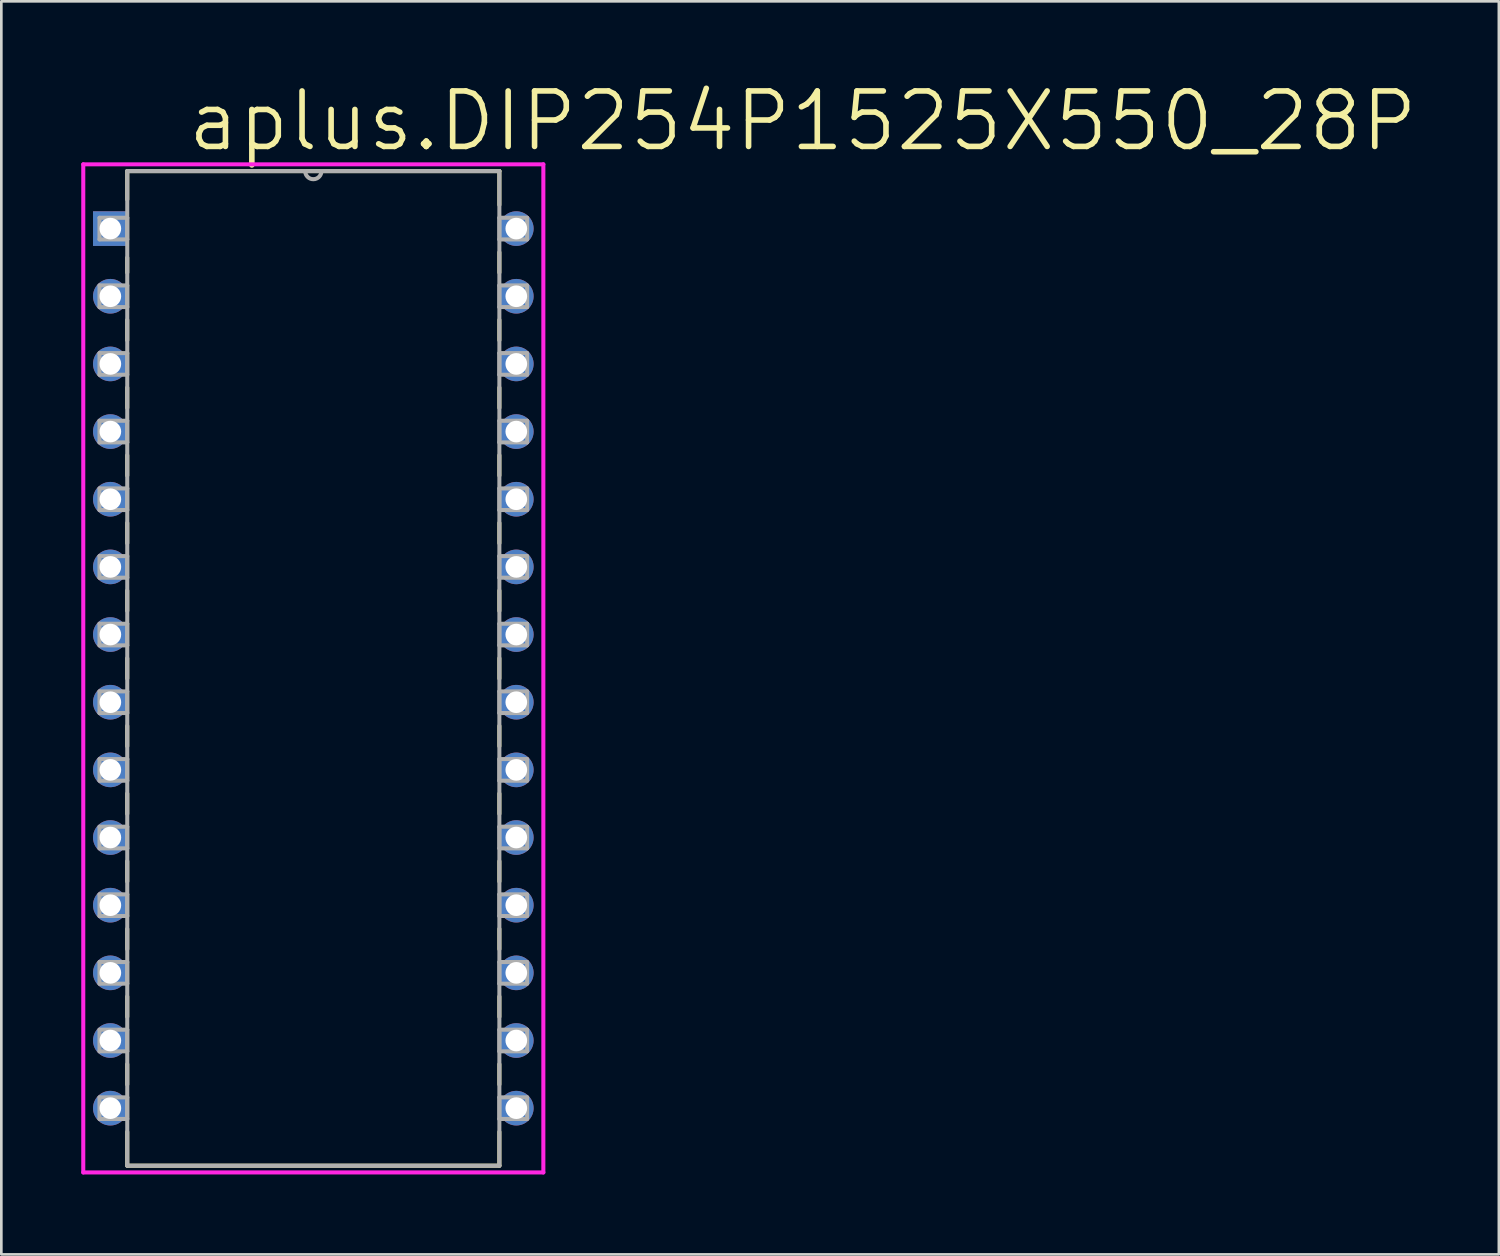
<source format=kicad_pcb>
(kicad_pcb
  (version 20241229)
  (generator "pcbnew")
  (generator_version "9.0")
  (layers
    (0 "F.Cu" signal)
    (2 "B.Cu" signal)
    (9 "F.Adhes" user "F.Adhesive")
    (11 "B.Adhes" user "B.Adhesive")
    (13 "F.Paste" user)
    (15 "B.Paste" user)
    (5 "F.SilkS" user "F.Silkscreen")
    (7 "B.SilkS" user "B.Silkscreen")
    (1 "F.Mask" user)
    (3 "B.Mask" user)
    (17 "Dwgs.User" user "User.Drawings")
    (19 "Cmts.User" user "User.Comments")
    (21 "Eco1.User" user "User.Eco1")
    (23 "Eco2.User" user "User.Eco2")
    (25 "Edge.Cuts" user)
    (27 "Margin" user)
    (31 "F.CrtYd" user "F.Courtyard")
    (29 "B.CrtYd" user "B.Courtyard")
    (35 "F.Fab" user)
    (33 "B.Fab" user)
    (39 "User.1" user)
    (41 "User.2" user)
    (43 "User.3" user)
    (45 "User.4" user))
  (footprint "aplus.DIP254P1525X550_28P"
    (layer "F.Cu")
    (at 8.712 22.042)
    (property "Reference" "aplus.DIP254P1525X550_28P" (at -4.826 -19.329 0) (layer "F.SilkS") (effects (font (size 2.083 2.083) (thickness 0.21)) (justify left bottom)))
    (attr through_hole)
    (fp_line (start -6.985 -18.669) (end -6.985 -17.602) (stroke (width 0.152) (type default)) (layer "F.SilkS"))
    (fp_line (start -6.985 -15.418) (end -6.985 -14.859) (stroke (width 0.152) (type default)) (layer "F.SilkS"))
    (fp_line (start -6.985 -13.081) (end -6.985 -12.319) (stroke (width 0.152) (type default)) (layer "F.SilkS"))
    (fp_line (start -6.985 -10.541) (end -6.985 -9.779) (stroke (width 0.152) (type default)) (layer "F.SilkS"))
    (fp_line (start -6.985 -8.001) (end -6.985 -7.239) (stroke (width 0.152) (type default)) (layer "F.SilkS"))
    (fp_line (start -6.985 -5.461) (end -6.985 -4.699) (stroke (width 0.152) (type default)) (layer "F.SilkS"))
    (fp_line (start -6.985 -2.921) (end -6.985 -2.159) (stroke (width 0.152) (type default)) (layer "F.SilkS"))
    (fp_line (start -6.985 -0.381) (end -6.985 0.381) (stroke (width 0.152) (type default)) (layer "F.SilkS"))
    (fp_line (start -6.985 2.159) (end -6.985 2.921) (stroke (width 0.152) (type default)) (layer "F.SilkS"))
    (fp_line (start -6.985 4.699) (end -6.985 5.461) (stroke (width 0.152) (type default)) (layer "F.SilkS"))
    (fp_line (start -6.985 7.239) (end -6.985 8.001) (stroke (width 0.152) (type default)) (layer "F.SilkS"))
    (fp_line (start -6.985 9.779) (end -6.985 10.541) (stroke (width 0.152) (type default)) (layer "F.SilkS"))
    (fp_line (start -6.985 12.319) (end -6.985 13.081) (stroke (width 0.152) (type default)) (layer "F.SilkS"))
    (fp_line (start -6.985 14.859) (end -6.985 15.621) (stroke (width 0.152) (type default)) (layer "F.SilkS"))
    (fp_line (start -6.985 17.399) (end -6.985 18.669) (stroke (width 0.152) (type default)) (layer "F.SilkS"))
    (fp_line (start -6.985 18.669) (end 6.985 18.669) (stroke (width 0.152) (type default)) (layer "F.SilkS"))
    (fp_line (start -0.305 -18.669) (end -6.985 -18.669) (stroke (width 0.152) (type default)) (layer "F.SilkS"))
    (fp_line (start 0.305 -18.669) (end -0.305 -18.669) (stroke (width 0.152) (type default)) (layer "F.SilkS"))
    (fp_line (start 6.985 -18.669) (end 0.305 -18.669) (stroke (width 0.152) (type default)) (layer "F.SilkS"))
    (fp_line (start 6.985 -17.399) (end 6.985 -18.669) (stroke (width 0.152) (type default)) (layer "F.SilkS"))
    (fp_line (start 6.985 -14.859) (end 6.985 -15.621) (stroke (width 0.152) (type default)) (layer "F.SilkS"))
    (fp_line (start 6.985 -12.319) (end 6.985 -13.081) (stroke (width 0.152) (type default)) (layer "F.SilkS"))
    (fp_line (start 6.985 -9.779) (end 6.985 -10.541) (stroke (width 0.152) (type default)) (layer "F.SilkS"))
    (fp_line (start 6.985 -7.239) (end 6.985 -8.001) (stroke (width 0.152) (type default)) (layer "F.SilkS"))
    (fp_line (start 6.985 -4.699) (end 6.985 -5.461) (stroke (width 0.152) (type default)) (layer "F.SilkS"))
    (fp_line (start 6.985 -2.159) (end 6.985 -2.921) (stroke (width 0.152) (type default)) (layer "F.SilkS"))
    (fp_line (start 6.985 0.381) (end 6.985 -0.381) (stroke (width 0.152) (type default)) (layer "F.SilkS"))
    (fp_line (start 6.985 2.921) (end 6.985 2.159) (stroke (width 0.152) (type default)) (layer "F.SilkS"))
    (fp_line (start 6.985 5.461) (end 6.985 4.699) (stroke (width 0.152) (type default)) (layer "F.SilkS"))
    (fp_line (start 6.985 8.001) (end 6.985 7.239) (stroke (width 0.152) (type default)) (layer "F.SilkS"))
    (fp_line (start 6.985 10.541) (end 6.985 9.779) (stroke (width 0.152) (type default)) (layer "F.SilkS"))
    (fp_line (start 6.985 13.081) (end 6.985 12.319) (stroke (width 0.152) (type default)) (layer "F.SilkS"))
    (fp_line (start 6.985 15.621) (end 6.985 14.859) (stroke (width 0.152) (type default)) (layer "F.SilkS"))
    (fp_line (start 6.985 18.669) (end 6.985 17.399) (stroke (width 0.152) (type default)) (layer "F.SilkS"))
    (fp_arc (start 0.3048 -18.669) (mid 0 -18.3642) (end -0.3048 -18.669) (stroke (width 0.1) (type default)) (layer "F.SilkS"))
    (fp_line (start -8.636 -18.923) (end 8.636 -18.923) (stroke (width 0.152) (type default)) (layer "F.CrtYd"))
    (fp_line (start -8.636 18.923) (end -8.636 -18.923) (stroke (width 0.152) (type default)) (layer "F.CrtYd"))
    (fp_line (start -8.636 18.923) (end 8.636 18.923) (stroke (width 0.152) (type default)) (layer "F.CrtYd"))
    (fp_line (start 8.636 -18.923) (end 8.636 18.923) (stroke (width 0.152) (type default)) (layer "F.CrtYd"))
    (fp_line (start -8.026 -16.916) (end -8.026 -16.104) (stroke (width 0.152) (type default)) (layer "F.Fab"))
    (fp_line (start -8.026 -16.104) (end -6.985 -16.104) (stroke (width 0.152) (type default)) (layer "F.Fab"))
    (fp_line (start -8.026 -14.376) (end -8.026 -13.564) (stroke (width 0.152) (type default)) (layer "F.Fab"))
    (fp_line (start -8.026 -13.564) (end -6.985 -13.564) (stroke (width 0.152) (type default)) (layer "F.Fab"))
    (fp_line (start -8.026 -11.836) (end -8.026 -11.024) (stroke (width 0.152) (type default)) (layer "F.Fab"))
    (fp_line (start -8.026 -11.024) (end -6.985 -11.024) (stroke (width 0.152) (type default)) (layer "F.Fab"))
    (fp_line (start -8.026 -9.296) (end -8.026 -8.484) (stroke (width 0.152) (type default)) (layer "F.Fab"))
    (fp_line (start -8.026 -8.484) (end -6.985 -8.484) (stroke (width 0.152) (type default)) (layer "F.Fab"))
    (fp_line (start -8.026 -6.756) (end -8.026 -5.944) (stroke (width 0.152) (type default)) (layer "F.Fab"))
    (fp_line (start -8.026 -5.944) (end -6.985 -5.944) (stroke (width 0.152) (type default)) (layer "F.Fab"))
    (fp_line (start -8.026 -4.216) (end -8.026 -3.404) (stroke (width 0.152) (type default)) (layer "F.Fab"))
    (fp_line (start -8.026 -3.404) (end -6.985 -3.404) (stroke (width 0.152) (type default)) (layer "F.Fab"))
    (fp_line (start -8.026 -1.676) (end -8.026 -0.864) (stroke (width 0.152) (type default)) (layer "F.Fab"))
    (fp_line (start -8.026 -0.864) (end -6.985 -0.864) (stroke (width 0.152) (type default)) (layer "F.Fab"))
    (fp_line (start -8.026 0.864) (end -8.026 1.676) (stroke (width 0.152) (type default)) (layer "F.Fab"))
    (fp_line (start -8.026 1.676) (end -6.985 1.676) (stroke (width 0.152) (type default)) (layer "F.Fab"))
    (fp_line (start -8.026 3.404) (end -8.026 4.216) (stroke (width 0.152) (type default)) (layer "F.Fab"))
    (fp_line (start -8.026 4.216) (end -6.985 4.216) (stroke (width 0.152) (type default)) (layer "F.Fab"))
    (fp_line (start -8.026 5.944) (end -8.026 6.756) (stroke (width 0.152) (type default)) (layer "F.Fab"))
    (fp_line (start -8.026 6.756) (end -6.985 6.756) (stroke (width 0.152) (type default)) (layer "F.Fab"))
    (fp_line (start -8.026 8.484) (end -8.026 9.296) (stroke (width 0.152) (type default)) (layer "F.Fab"))
    (fp_line (start -8.026 9.296) (end -6.985 9.296) (stroke (width 0.152) (type default)) (layer "F.Fab"))
    (fp_line (start -8.026 11.024) (end -8.026 11.836) (stroke (width 0.152) (type default)) (layer "F.Fab"))
    (fp_line (start -8.026 11.836) (end -6.985 11.836) (stroke (width 0.152) (type default)) (layer "F.Fab"))
    (fp_line (start -8.026 13.564) (end -8.026 14.376) (stroke (width 0.152) (type default)) (layer "F.Fab"))
    (fp_line (start -8.026 14.376) (end -6.985 14.376) (stroke (width 0.152) (type default)) (layer "F.Fab"))
    (fp_line (start -8.026 16.104) (end -8.026 16.916) (stroke (width 0.152) (type default)) (layer "F.Fab"))
    (fp_line (start -8.026 16.916) (end -6.985 16.916) (stroke (width 0.152) (type default)) (layer "F.Fab"))
    (fp_line (start -6.985 -18.669) (end -6.985 18.669) (stroke (width 0.152) (type default)) (layer "F.Fab"))
    (fp_line (start -6.985 -16.916) (end -8.026 -16.916) (stroke (width 0.152) (type default)) (layer "F.Fab"))
    (fp_line (start -6.985 -16.104) (end -6.985 -16.916) (stroke (width 0.152) (type default)) (layer "F.Fab"))
    (fp_line (start -6.985 -14.376) (end -8.026 -14.376) (stroke (width 0.152) (type default)) (layer "F.Fab"))
    (fp_line (start -6.985 -13.564) (end -6.985 -14.376) (stroke (width 0.152) (type default)) (layer "F.Fab"))
    (fp_line (start -6.985 -11.836) (end -8.026 -11.836) (stroke (width 0.152) (type default)) (layer "F.Fab"))
    (fp_line (start -6.985 -11.024) (end -6.985 -11.836) (stroke (width 0.152) (type default)) (layer "F.Fab"))
    (fp_line (start -6.985 -9.296) (end -8.026 -9.296) (stroke (width 0.152) (type default)) (layer "F.Fab"))
    (fp_line (start -6.985 -8.484) (end -6.985 -9.296) (stroke (width 0.152) (type default)) (layer "F.Fab"))
    (fp_line (start -6.985 -6.756) (end -8.026 -6.756) (stroke (width 0.152) (type default)) (layer "F.Fab"))
    (fp_line (start -6.985 -5.944) (end -6.985 -6.756) (stroke (width 0.152) (type default)) (layer "F.Fab"))
    (fp_line (start -6.985 -4.216) (end -8.026 -4.216) (stroke (width 0.152) (type default)) (layer "F.Fab"))
    (fp_line (start -6.985 -3.404) (end -6.985 -4.216) (stroke (width 0.152) (type default)) (layer "F.Fab"))
    (fp_line (start -6.985 -1.676) (end -8.026 -1.676) (stroke (width 0.152) (type default)) (layer "F.Fab"))
    (fp_line (start -6.985 -0.864) (end -6.985 -1.676) (stroke (width 0.152) (type default)) (layer "F.Fab"))
    (fp_line (start -6.985 0.864) (end -8.026 0.864) (stroke (width 0.152) (type default)) (layer "F.Fab"))
    (fp_line (start -6.985 1.676) (end -6.985 0.864) (stroke (width 0.152) (type default)) (layer "F.Fab"))
    (fp_line (start -6.985 3.404) (end -8.026 3.404) (stroke (width 0.152) (type default)) (layer "F.Fab"))
    (fp_line (start -6.985 4.216) (end -6.985 3.404) (stroke (width 0.152) (type default)) (layer "F.Fab"))
    (fp_line (start -6.985 5.944) (end -8.026 5.944) (stroke (width 0.152) (type default)) (layer "F.Fab"))
    (fp_line (start -6.985 6.756) (end -6.985 5.944) (stroke (width 0.152) (type default)) (layer "F.Fab"))
    (fp_line (start -6.985 8.484) (end -8.026 8.484) (stroke (width 0.152) (type default)) (layer "F.Fab"))
    (fp_line (start -6.985 9.296) (end -6.985 8.484) (stroke (width 0.152) (type default)) (layer "F.Fab"))
    (fp_line (start -6.985 11.024) (end -8.026 11.024) (stroke (width 0.152) (type default)) (layer "F.Fab"))
    (fp_line (start -6.985 11.836) (end -6.985 11.024) (stroke (width 0.152) (type default)) (layer "F.Fab"))
    (fp_line (start -6.985 13.564) (end -8.026 13.564) (stroke (width 0.152) (type default)) (layer "F.Fab"))
    (fp_line (start -6.985 14.376) (end -6.985 13.564) (stroke (width 0.152) (type default)) (layer "F.Fab"))
    (fp_line (start -6.985 16.104) (end -8.026 16.104) (stroke (width 0.152) (type default)) (layer "F.Fab"))
    (fp_line (start -6.985 16.916) (end -6.985 16.104) (stroke (width 0.152) (type default)) (layer "F.Fab"))
    (fp_line (start -6.985 18.669) (end 6.985 18.669) (stroke (width 0.152) (type default)) (layer "F.Fab"))
    (fp_line (start -0.305 -18.669) (end -6.985 -18.669) (stroke (width 0.152) (type default)) (layer "F.Fab"))
    (fp_line (start 0.305 -18.669) (end -0.305 -18.669) (stroke (width 0.152) (type default)) (layer "F.Fab"))
    (fp_line (start 6.985 -18.669) (end 0.305 -18.669) (stroke (width 0.152) (type default)) (layer "F.Fab"))
    (fp_line (start 6.985 -16.916) (end 6.985 -16.104) (stroke (width 0.152) (type default)) (layer "F.Fab"))
    (fp_line (start 6.985 -16.104) (end 8.026 -16.104) (stroke (width 0.152) (type default)) (layer "F.Fab"))
    (fp_line (start 6.985 -14.376) (end 6.985 -13.564) (stroke (width 0.152) (type default)) (layer "F.Fab"))
    (fp_line (start 6.985 -13.564) (end 8.026 -13.564) (stroke (width 0.152) (type default)) (layer "F.Fab"))
    (fp_line (start 6.985 -11.836) (end 6.985 -11.024) (stroke (width 0.152) (type default)) (layer "F.Fab"))
    (fp_line (start 6.985 -11.024) (end 8.026 -11.024) (stroke (width 0.152) (type default)) (layer "F.Fab"))
    (fp_line (start 6.985 -9.296) (end 6.985 -8.484) (stroke (width 0.152) (type default)) (layer "F.Fab"))
    (fp_line (start 6.985 -8.484) (end 8.026 -8.484) (stroke (width 0.152) (type default)) (layer "F.Fab"))
    (fp_line (start 6.985 -6.756) (end 6.985 -5.944) (stroke (width 0.152) (type default)) (layer "F.Fab"))
    (fp_line (start 6.985 -5.944) (end 8.026 -5.944) (stroke (width 0.152) (type default)) (layer "F.Fab"))
    (fp_line (start 6.985 -4.216) (end 6.985 -3.404) (stroke (width 0.152) (type default)) (layer "F.Fab"))
    (fp_line (start 6.985 -3.404) (end 8.026 -3.404) (stroke (width 0.152) (type default)) (layer "F.Fab"))
    (fp_line (start 6.985 -1.676) (end 6.985 -0.864) (stroke (width 0.152) (type default)) (layer "F.Fab"))
    (fp_line (start 6.985 -0.864) (end 8.026 -0.864) (stroke (width 0.152) (type default)) (layer "F.Fab"))
    (fp_line (start 6.985 0.864) (end 6.985 1.676) (stroke (width 0.152) (type default)) (layer "F.Fab"))
    (fp_line (start 6.985 1.676) (end 8.026 1.676) (stroke (width 0.152) (type default)) (layer "F.Fab"))
    (fp_line (start 6.985 3.404) (end 6.985 4.216) (stroke (width 0.152) (type default)) (layer "F.Fab"))
    (fp_line (start 6.985 4.216) (end 8.026 4.216) (stroke (width 0.152) (type default)) (layer "F.Fab"))
    (fp_line (start 6.985 5.944) (end 6.985 6.756) (stroke (width 0.152) (type default)) (layer "F.Fab"))
    (fp_line (start 6.985 6.756) (end 8.026 6.756) (stroke (width 0.152) (type default)) (layer "F.Fab"))
    (fp_line (start 6.985 8.484) (end 6.985 9.296) (stroke (width 0.152) (type default)) (layer "F.Fab"))
    (fp_line (start 6.985 9.296) (end 8.026 9.296) (stroke (width 0.152) (type default)) (layer "F.Fab"))
    (fp_line (start 6.985 11.024) (end 6.985 11.836) (stroke (width 0.152) (type default)) (layer "F.Fab"))
    (fp_line (start 6.985 11.836) (end 8.026 11.836) (stroke (width 0.152) (type default)) (layer "F.Fab"))
    (fp_line (start 6.985 13.564) (end 6.985 14.376) (stroke (width 0.152) (type default)) (layer "F.Fab"))
    (fp_line (start 6.985 14.376) (end 8.026 14.376) (stroke (width 0.152) (type default)) (layer "F.Fab"))
    (fp_line (start 6.985 16.104) (end 6.985 16.916) (stroke (width 0.152) (type default)) (layer "F.Fab"))
    (fp_line (start 6.985 16.916) (end 8.026 16.916) (stroke (width 0.152) (type default)) (layer "F.Fab"))
    (fp_line (start 6.985 18.669) (end 6.985 -18.669) (stroke (width 0.152) (type default)) (layer "F.Fab"))
    (fp_line (start 8.026 -16.916) (end 6.985 -16.916) (stroke (width 0.152) (type default)) (layer "F.Fab"))
    (fp_line (start 8.026 -16.104) (end 8.026 -16.916) (stroke (width 0.152) (type default)) (layer "F.Fab"))
    (fp_line (start 8.026 -14.376) (end 6.985 -14.376) (stroke (width 0.152) (type default)) (layer "F.Fab"))
    (fp_line (start 8.026 -13.564) (end 8.026 -14.376) (stroke (width 0.152) (type default)) (layer "F.Fab"))
    (fp_line (start 8.026 -11.836) (end 6.985 -11.836) (stroke (width 0.152) (type default)) (layer "F.Fab"))
    (fp_line (start 8.026 -11.024) (end 8.026 -11.836) (stroke (width 0.152) (type default)) (layer "F.Fab"))
    (fp_line (start 8.026 -9.296) (end 6.985 -9.296) (stroke (width 0.152) (type default)) (layer "F.Fab"))
    (fp_line (start 8.026 -8.484) (end 8.026 -9.296) (stroke (width 0.152) (type default)) (layer "F.Fab"))
    (fp_line (start 8.026 -6.756) (end 6.985 -6.756) (stroke (width 0.152) (type default)) (layer "F.Fab"))
    (fp_line (start 8.026 -5.944) (end 8.026 -6.756) (stroke (width 0.152) (type default)) (layer "F.Fab"))
    (fp_line (start 8.026 -4.216) (end 6.985 -4.216) (stroke (width 0.152) (type default)) (layer "F.Fab"))
    (fp_line (start 8.026 -3.404) (end 8.026 -4.216) (stroke (width 0.152) (type default)) (layer "F.Fab"))
    (fp_line (start 8.026 -1.676) (end 6.985 -1.676) (stroke (width 0.152) (type default)) (layer "F.Fab"))
    (fp_line (start 8.026 -0.864) (end 8.026 -1.676) (stroke (width 0.152) (type default)) (layer "F.Fab"))
    (fp_line (start 8.026 0.864) (end 6.985 0.864) (stroke (width 0.152) (type default)) (layer "F.Fab"))
    (fp_line (start 8.026 1.676) (end 8.026 0.864) (stroke (width 0.152) (type default)) (layer "F.Fab"))
    (fp_line (start 8.026 3.404) (end 6.985 3.404) (stroke (width 0.152) (type default)) (layer "F.Fab"))
    (fp_line (start 8.026 4.216) (end 8.026 3.404) (stroke (width 0.152) (type default)) (layer "F.Fab"))
    (fp_line (start 8.026 5.944) (end 6.985 5.944) (stroke (width 0.152) (type default)) (layer "F.Fab"))
    (fp_line (start 8.026 6.756) (end 8.026 5.944) (stroke (width 0.152) (type default)) (layer "F.Fab"))
    (fp_line (start 8.026 8.484) (end 6.985 8.484) (stroke (width 0.152) (type default)) (layer "F.Fab"))
    (fp_line (start 8.026 9.296) (end 8.026 8.484) (stroke (width 0.152) (type default)) (layer "F.Fab"))
    (fp_line (start 8.026 11.024) (end 6.985 11.024) (stroke (width 0.152) (type default)) (layer "F.Fab"))
    (fp_line (start 8.026 11.836) (end 8.026 11.024) (stroke (width 0.152) (type default)) (layer "F.Fab"))
    (fp_line (start 8.026 13.564) (end 6.985 13.564) (stroke (width 0.152) (type default)) (layer "F.Fab"))
    (fp_line (start 8.026 14.376) (end 8.026 13.564) (stroke (width 0.152) (type default)) (layer "F.Fab"))
    (fp_line (start 8.026 16.104) (end 6.985 16.104) (stroke (width 0.152) (type default)) (layer "F.Fab"))
    (fp_line (start 8.026 16.916) (end 8.026 16.104) (stroke (width 0.152) (type default)) (layer "F.Fab"))
    (fp_arc (start 0.3048 -18.669) (mid 0 -18.3642) (end -0.3048 -18.669) (stroke (width 0.1524) (type default)) (layer "F.Fab"))
    (pad "1" thru_hole rect (at -7.62 -16.51) (size 1.3 1.3) (drill 0.813) (layers "*.Cu" "*.Mask"))
    (pad "2" thru_hole circle (at -7.62 -13.97) (size 1.3 1.3) (drill 0.813) (layers "*.Cu" "*.Mask"))
    (pad "3" thru_hole circle (at -7.62 -11.43) (size 1.3 1.3) (drill 0.813) (layers "*.Cu" "*.Mask"))
    (pad "4" thru_hole circle (at -7.62 -8.89) (size 1.3 1.3) (drill 0.813) (layers "*.Cu" "*.Mask"))
    (pad "5" thru_hole circle (at -7.62 -6.35) (size 1.3 1.3) (drill 0.813) (layers "*.Cu" "*.Mask"))
    (pad "6" thru_hole circle (at -7.62 -3.81) (size 1.3 1.3) (drill 0.813) (layers "*.Cu" "*.Mask"))
    (pad "7" thru_hole circle (at -7.62 -1.27) (size 1.3 1.3) (drill 0.813) (layers "*.Cu" "*.Mask"))
    (pad "8" thru_hole circle (at -7.62 1.27) (size 1.3 1.3) (drill 0.813) (layers "*.Cu" "*.Mask"))
    (pad "9" thru_hole circle (at -7.62 3.81) (size 1.3 1.3) (drill 0.813) (layers "*.Cu" "*.Mask"))
    (pad "10" thru_hole circle (at -7.62 6.35) (size 1.3 1.3) (drill 0.813) (layers "*.Cu" "*.Mask"))
    (pad "11" thru_hole circle (at -7.62 8.89) (size 1.3 1.3) (drill 0.813) (layers "*.Cu" "*.Mask"))
    (pad "12" thru_hole circle (at -7.62 11.43) (size 1.3 1.3) (drill 0.813) (layers "*.Cu" "*.Mask"))
    (pad "13" thru_hole circle (at -7.62 13.97) (size 1.3 1.3) (drill 0.813) (layers "*.Cu" "*.Mask"))
    (pad "14" thru_hole circle (at -7.62 16.51) (size 1.3 1.3) (drill 0.813) (layers "*.Cu" "*.Mask"))
    (pad "15" thru_hole circle (at 7.62 16.51) (size 1.3 1.3) (drill 0.813) (layers "*.Cu" "*.Mask"))
    (pad "16" thru_hole circle (at 7.62 13.97) (size 1.3 1.3) (drill 0.813) (layers "*.Cu" "*.Mask"))
    (pad "17" thru_hole circle (at 7.62 11.43) (size 1.3 1.3) (drill 0.813) (layers "*.Cu" "*.Mask"))
    (pad "18" thru_hole circle (at 7.62 8.89) (size 1.3 1.3) (drill 0.813) (layers "*.Cu" "*.Mask"))
    (pad "19" thru_hole circle (at 7.62 6.35) (size 1.3 1.3) (drill 0.813) (layers "*.Cu" "*.Mask"))
    (pad "20" thru_hole circle (at 7.62 3.81) (size 1.3 1.3) (drill 0.813) (layers "*.Cu" "*.Mask"))
    (pad "21" thru_hole circle (at 7.62 1.27) (size 1.3 1.3) (drill 0.813) (layers "*.Cu" "*.Mask"))
    (pad "22" thru_hole circle (at 7.62 -1.27) (size 1.3 1.3) (drill 0.813) (layers "*.Cu" "*.Mask"))
    (pad "23" thru_hole circle (at 7.62 -3.81) (size 1.3 1.3) (drill 0.813) (layers "*.Cu" "*.Mask"))
    (pad "24" thru_hole circle (at 7.62 -6.35) (size 1.3 1.3) (drill 0.813) (layers "*.Cu" "*.Mask"))
    (pad "25" thru_hole circle (at 7.62 -8.89) (size 1.3 1.3) (drill 0.813) (layers "*.Cu" "*.Mask"))
    (pad "26" thru_hole circle (at 7.62 -11.43) (size 1.3 1.3) (drill 0.813) (layers "*.Cu" "*.Mask"))
    (pad "27" thru_hole circle (at 7.62 -13.97) (size 1.3 1.3) (drill 0.813) (layers "*.Cu" "*.Mask"))
    (pad "28" thru_hole circle (at 7.62 -16.51) (size 1.3 1.3) (drill 0.813) (layers "*.Cu" "*.Mask")))
  (gr_rect
    (start -3 -3)
    (end 53.219 44.041)
    (stroke (width 0.1) (type default))
    (fill no)
    (layer "Edge.Cuts")))
</source>
